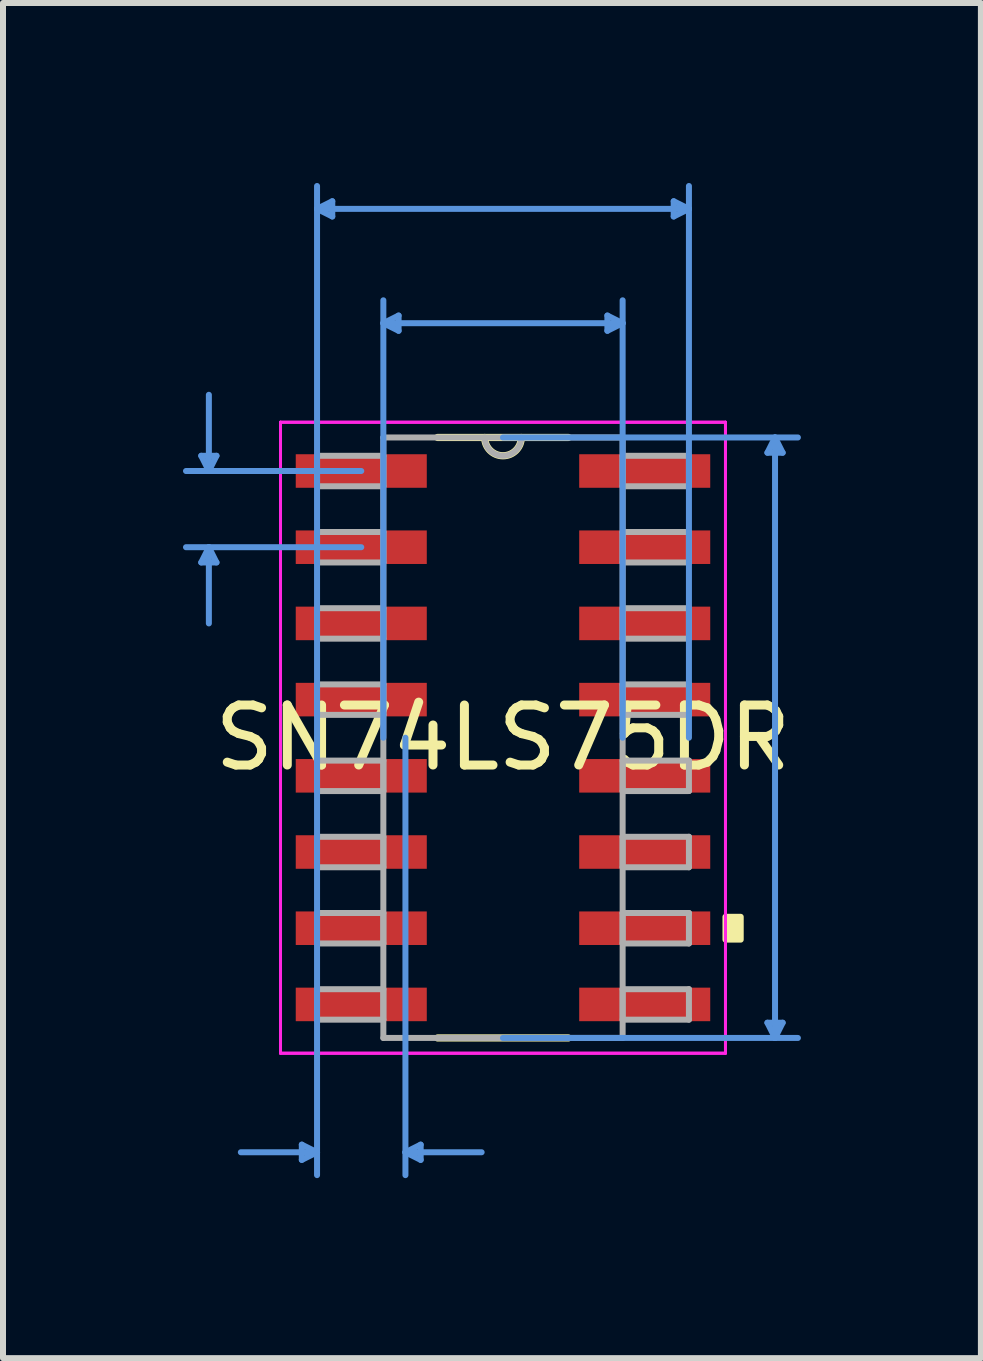
<source format=kicad_pcb>
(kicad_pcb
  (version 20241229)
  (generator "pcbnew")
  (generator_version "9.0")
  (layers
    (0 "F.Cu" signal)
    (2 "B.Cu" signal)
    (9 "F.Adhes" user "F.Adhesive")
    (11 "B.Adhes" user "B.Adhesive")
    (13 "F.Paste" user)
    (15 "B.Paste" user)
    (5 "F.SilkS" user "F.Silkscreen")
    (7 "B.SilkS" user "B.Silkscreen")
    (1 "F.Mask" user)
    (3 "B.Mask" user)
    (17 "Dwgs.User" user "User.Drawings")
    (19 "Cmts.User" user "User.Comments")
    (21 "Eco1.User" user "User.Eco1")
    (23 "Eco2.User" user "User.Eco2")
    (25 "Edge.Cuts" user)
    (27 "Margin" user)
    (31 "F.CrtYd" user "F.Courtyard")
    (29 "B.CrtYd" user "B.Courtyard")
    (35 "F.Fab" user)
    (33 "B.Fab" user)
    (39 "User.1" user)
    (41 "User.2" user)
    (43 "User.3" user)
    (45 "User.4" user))
  (footprint "SN74LS75DR"
    (layer "F.Cu")
    (at 5.333 9.245)
    (property "Reference" "SN74LS75DR" (at 0 0 0) (layer "F.SilkS") (effects (font (size 1 1) (thickness 0.15))))
    (attr through_hole)
    (fp_line (start -1.089 5.004) (end 1.089 5.004) (stroke (width 0.12) (type solid)) (layer "F.SilkS"))
    (fp_line (start 1.089 -5.004) (end -1.089 -5.004) (stroke (width 0.12) (type solid)) (layer "F.SilkS"))
    (fp_arc (start 0.3048 -5.0038) (mid 0 -4.699) (end -0.3048 -5.0038) (stroke (width 0.12) (type solid)) (layer "F.SilkS"))
    (fp_poly (pts (xy 3.962 2.985) (xy 3.962 3.365) (xy 3.708 3.365) (xy 3.708 2.985)) (stroke (width 0.1) (type solid)) (fill yes) (layer "F.SilkS"))
    (fp_line (start -5.029 -4.699) (end -4.775 -4.699) (stroke (width 0.1) (type solid)) (layer "Cmts.User"))
    (fp_line (start -5.029 -2.921) (end -4.775 -2.921) (stroke (width 0.1) (type solid)) (layer "Cmts.User"))
    (fp_line (start -4.902 -4.445) (end -5.029 -4.699) (stroke (width 0.1) (type solid)) (layer "Cmts.User"))
    (fp_line (start -4.902 -4.445) (end -4.902 -5.715) (stroke (width 0.1) (type solid)) (layer "Cmts.User"))
    (fp_line (start -4.902 -4.445) (end -4.775 -4.699) (stroke (width 0.1) (type solid)) (layer "Cmts.User"))
    (fp_line (start -4.902 -3.175) (end -5.029 -2.921) (stroke (width 0.1) (type solid)) (layer "Cmts.User"))
    (fp_line (start -4.902 -3.175) (end -4.902 -1.905) (stroke (width 0.1) (type solid)) (layer "Cmts.User"))
    (fp_line (start -4.902 -3.175) (end -4.775 -2.921) (stroke (width 0.1) (type solid)) (layer "Cmts.User"))
    (fp_line (start -3.353 6.782) (end -3.353 7.036) (stroke (width 0.1) (type solid)) (layer "Cmts.User"))
    (fp_line (start -3.099 -8.814) (end -2.845 -8.941) (stroke (width 0.1) (type solid)) (layer "Cmts.User"))
    (fp_line (start -3.099 -8.814) (end -2.845 -8.687) (stroke (width 0.1) (type solid)) (layer "Cmts.User"))
    (fp_line (start -3.099 -8.814) (end 3.099 -8.814) (stroke (width 0.1) (type solid)) (layer "Cmts.User"))
    (fp_line (start -3.099 0) (end -3.099 -9.195) (stroke (width 0.1) (type solid)) (layer "Cmts.User"))
    (fp_line (start -3.099 0) (end -3.099 7.29) (stroke (width 0.1) (type solid)) (layer "Cmts.User"))
    (fp_line (start -3.099 6.909) (end -4.369 6.909) (stroke (width 0.1) (type solid)) (layer "Cmts.User"))
    (fp_line (start -3.099 6.909) (end -3.353 6.782) (stroke (width 0.1) (type solid)) (layer "Cmts.User"))
    (fp_line (start -3.099 6.909) (end -3.353 7.036) (stroke (width 0.1) (type solid)) (layer "Cmts.User"))
    (fp_line (start -2.845 -8.941) (end -2.845 -8.687) (stroke (width 0.1) (type solid)) (layer "Cmts.User"))
    (fp_line (start -2.362 -4.445) (end -5.283 -4.445) (stroke (width 0.1) (type solid)) (layer "Cmts.User"))
    (fp_line (start -2.362 -3.175) (end -5.283 -3.175) (stroke (width 0.1) (type solid)) (layer "Cmts.User"))
    (fp_line (start -1.994 -6.909) (end -1.74 -7.036) (stroke (width 0.1) (type solid)) (layer "Cmts.User"))
    (fp_line (start -1.994 -6.909) (end -1.74 -6.782) (stroke (width 0.1) (type solid)) (layer "Cmts.User"))
    (fp_line (start -1.994 -6.909) (end 1.994 -6.909) (stroke (width 0.1) (type solid)) (layer "Cmts.User"))
    (fp_line (start -1.994 0) (end -1.994 -7.29) (stroke (width 0.1) (type solid)) (layer "Cmts.User"))
    (fp_line (start -1.74 -7.036) (end -1.74 -6.782) (stroke (width 0.1) (type solid)) (layer "Cmts.User"))
    (fp_line (start -1.626 0) (end -1.626 7.29) (stroke (width 0.1) (type solid)) (layer "Cmts.User"))
    (fp_line (start -1.626 6.909) (end -1.372 6.782) (stroke (width 0.1) (type solid)) (layer "Cmts.User"))
    (fp_line (start -1.626 6.909) (end -1.372 7.036) (stroke (width 0.1) (type solid)) (layer "Cmts.User"))
    (fp_line (start -1.626 6.909) (end -0.356 6.909) (stroke (width 0.1) (type solid)) (layer "Cmts.User"))
    (fp_line (start -1.372 6.782) (end -1.372 7.036) (stroke (width 0.1) (type solid)) (layer "Cmts.User"))
    (fp_line (start 0 -5.004) (end 4.915 -5.004) (stroke (width 0.1) (type solid)) (layer "Cmts.User"))
    (fp_line (start 0 5.004) (end 4.915 5.004) (stroke (width 0.1) (type solid)) (layer "Cmts.User"))
    (fp_line (start 1.74 -7.036) (end 1.74 -6.782) (stroke (width 0.1) (type solid)) (layer "Cmts.User"))
    (fp_line (start 1.994 -6.909) (end 1.74 -7.036) (stroke (width 0.1) (type solid)) (layer "Cmts.User"))
    (fp_line (start 1.994 -6.909) (end 1.74 -6.782) (stroke (width 0.1) (type solid)) (layer "Cmts.User"))
    (fp_line (start 1.994 0) (end 1.994 -7.29) (stroke (width 0.1) (type solid)) (layer "Cmts.User"))
    (fp_line (start 2.845 -8.941) (end 2.845 -8.687) (stroke (width 0.1) (type solid)) (layer "Cmts.User"))
    (fp_line (start 3.099 -8.814) (end 2.845 -8.941) (stroke (width 0.1) (type solid)) (layer "Cmts.User"))
    (fp_line (start 3.099 -8.814) (end 2.845 -8.687) (stroke (width 0.1) (type solid)) (layer "Cmts.User"))
    (fp_line (start 3.099 0) (end 3.099 -9.195) (stroke (width 0.1) (type solid)) (layer "Cmts.User"))
    (fp_line (start 4.407 -4.75) (end 4.661 -4.75) (stroke (width 0.1) (type solid)) (layer "Cmts.User"))
    (fp_line (start 4.407 4.75) (end 4.661 4.75) (stroke (width 0.1) (type solid)) (layer "Cmts.User"))
    (fp_line (start 4.534 -5.004) (end 4.407 -4.75) (stroke (width 0.1) (type solid)) (layer "Cmts.User"))
    (fp_line (start 4.534 -5.004) (end 4.534 5.004) (stroke (width 0.1) (type solid)) (layer "Cmts.User"))
    (fp_line (start 4.534 -5.004) (end 4.661 -4.75) (stroke (width 0.1) (type solid)) (layer "Cmts.User"))
    (fp_line (start 4.534 5.004) (end 4.407 4.75) (stroke (width 0.1) (type solid)) (layer "Cmts.User"))
    (fp_line (start 4.534 5.004) (end 4.661 4.75) (stroke (width 0.1) (type solid)) (layer "Cmts.User"))
    (fp_line (start -3.708 -5.258) (end 3.708 -5.258) (stroke (width 0.05) (type solid)) (layer "F.CrtYd"))
    (fp_line (start -3.708 -5.258) (end 3.708 -5.258) (stroke (width 0.05) (type solid)) (layer "F.CrtYd"))
    (fp_line (start -3.708 5.258) (end -3.708 -5.258) (stroke (width 0.05) (type solid)) (layer "F.CrtYd"))
    (fp_line (start -3.708 5.258) (end -3.708 -5.258) (stroke (width 0.05) (type solid)) (layer "F.CrtYd"))
    (fp_line (start 3.708 -5.258) (end 3.708 5.258) (stroke (width 0.05) (type solid)) (layer "F.CrtYd"))
    (fp_line (start 3.708 -5.258) (end 3.708 5.258) (stroke (width 0.05) (type solid)) (layer "F.CrtYd"))
    (fp_line (start 3.708 5.258) (end -3.708 5.258) (stroke (width 0.05) (type solid)) (layer "F.CrtYd"))
    (fp_line (start 3.708 5.258) (end -3.708 5.258) (stroke (width 0.05) (type solid)) (layer "F.CrtYd"))
    (fp_line (start -3.099 -4.699) (end -3.099 -4.191) (stroke (width 0.1) (type solid)) (layer "F.Fab"))
    (fp_line (start -3.099 -4.191) (end -1.994 -4.191) (stroke (width 0.1) (type solid)) (layer "F.Fab"))
    (fp_line (start -3.099 -3.429) (end -3.099 -2.921) (stroke (width 0.1) (type solid)) (layer "F.Fab"))
    (fp_line (start -3.099 -2.921) (end -1.994 -2.921) (stroke (width 0.1) (type solid)) (layer "F.Fab"))
    (fp_line (start -3.099 -2.159) (end -3.099 -1.651) (stroke (width 0.1) (type solid)) (layer "F.Fab"))
    (fp_line (start -3.099 -1.651) (end -1.994 -1.651) (stroke (width 0.1) (type solid)) (layer "F.Fab"))
    (fp_line (start -3.099 -0.889) (end -3.099 -0.381) (stroke (width 0.1) (type solid)) (layer "F.Fab"))
    (fp_line (start -3.099 -0.381) (end -1.994 -0.381) (stroke (width 0.1) (type solid)) (layer "F.Fab"))
    (fp_line (start -3.099 0.381) (end -3.099 0.889) (stroke (width 0.1) (type solid)) (layer "F.Fab"))
    (fp_line (start -3.099 0.889) (end -1.994 0.889) (stroke (width 0.1) (type solid)) (layer "F.Fab"))
    (fp_line (start -3.099 1.651) (end -3.099 2.159) (stroke (width 0.1) (type solid)) (layer "F.Fab"))
    (fp_line (start -3.099 2.159) (end -1.994 2.159) (stroke (width 0.1) (type solid)) (layer "F.Fab"))
    (fp_line (start -3.099 2.921) (end -3.099 3.429) (stroke (width 0.1) (type solid)) (layer "F.Fab"))
    (fp_line (start -3.099 3.429) (end -1.994 3.429) (stroke (width 0.1) (type solid)) (layer "F.Fab"))
    (fp_line (start -3.099 4.191) (end -3.099 4.699) (stroke (width 0.1) (type solid)) (layer "F.Fab"))
    (fp_line (start -3.099 4.699) (end -1.994 4.699) (stroke (width 0.1) (type solid)) (layer "F.Fab"))
    (fp_line (start -1.994 -5.004) (end -1.994 5.004) (stroke (width 0.1) (type solid)) (layer "F.Fab"))
    (fp_line (start -1.994 -4.699) (end -3.099 -4.699) (stroke (width 0.1) (type solid)) (layer "F.Fab"))
    (fp_line (start -1.994 -4.191) (end -1.994 -4.699) (stroke (width 0.1) (type solid)) (layer "F.Fab"))
    (fp_line (start -1.994 -3.429) (end -3.099 -3.429) (stroke (width 0.1) (type solid)) (layer "F.Fab"))
    (fp_line (start -1.994 -2.921) (end -1.994 -3.429) (stroke (width 0.1) (type solid)) (layer "F.Fab"))
    (fp_line (start -1.994 -2.159) (end -3.099 -2.159) (stroke (width 0.1) (type solid)) (layer "F.Fab"))
    (fp_line (start -1.994 -1.651) (end -1.994 -2.159) (stroke (width 0.1) (type solid)) (layer "F.Fab"))
    (fp_line (start -1.994 -0.889) (end -3.099 -0.889) (stroke (width 0.1) (type solid)) (layer "F.Fab"))
    (fp_line (start -1.994 -0.381) (end -1.994 -0.889) (stroke (width 0.1) (type solid)) (layer "F.Fab"))
    (fp_line (start -1.994 0.381) (end -3.099 0.381) (stroke (width 0.1) (type solid)) (layer "F.Fab"))
    (fp_line (start -1.994 0.889) (end -1.994 0.381) (stroke (width 0.1) (type solid)) (layer "F.Fab"))
    (fp_line (start -1.994 1.651) (end -3.099 1.651) (stroke (width 0.1) (type solid)) (layer "F.Fab"))
    (fp_line (start -1.994 2.159) (end -1.994 1.651) (stroke (width 0.1) (type solid)) (layer "F.Fab"))
    (fp_line (start -1.994 2.921) (end -3.099 2.921) (stroke (width 0.1) (type solid)) (layer "F.Fab"))
    (fp_line (start -1.994 3.429) (end -1.994 2.921) (stroke (width 0.1) (type solid)) (layer "F.Fab"))
    (fp_line (start -1.994 4.191) (end -3.099 4.191) (stroke (width 0.1) (type solid)) (layer "F.Fab"))
    (fp_line (start -1.994 4.699) (end -1.994 4.191) (stroke (width 0.1) (type solid)) (layer "F.Fab"))
    (fp_line (start -1.994 5.004) (end 1.994 5.004) (stroke (width 0.1) (type solid)) (layer "F.Fab"))
    (fp_line (start 1.994 -5.004) (end -1.994 -5.004) (stroke (width 0.1) (type solid)) (layer "F.Fab"))
    (fp_line (start 1.994 -4.699) (end 1.994 -4.191) (stroke (width 0.1) (type solid)) (layer "F.Fab"))
    (fp_line (start 1.994 -4.191) (end 3.099 -4.191) (stroke (width 0.1) (type solid)) (layer "F.Fab"))
    (fp_line (start 1.994 -3.429) (end 1.994 -2.921) (stroke (width 0.1) (type solid)) (layer "F.Fab"))
    (fp_line (start 1.994 -2.921) (end 3.099 -2.921) (stroke (width 0.1) (type solid)) (layer "F.Fab"))
    (fp_line (start 1.994 -2.159) (end 1.994 -1.651) (stroke (width 0.1) (type solid)) (layer "F.Fab"))
    (fp_line (start 1.994 -1.651) (end 3.099 -1.651) (stroke (width 0.1) (type solid)) (layer "F.Fab"))
    (fp_line (start 1.994 -0.889) (end 1.994 -0.381) (stroke (width 0.1) (type solid)) (layer "F.Fab"))
    (fp_line (start 1.994 -0.381) (end 3.099 -0.381) (stroke (width 0.1) (type solid)) (layer "F.Fab"))
    (fp_line (start 1.994 0.381) (end 1.994 0.889) (stroke (width 0.1) (type solid)) (layer "F.Fab"))
    (fp_line (start 1.994 0.889) (end 3.099 0.889) (stroke (width 0.1) (type solid)) (layer "F.Fab"))
    (fp_line (start 1.994 1.651) (end 1.994 2.159) (stroke (width 0.1) (type solid)) (layer "F.Fab"))
    (fp_line (start 1.994 2.159) (end 3.099 2.159) (stroke (width 0.1) (type solid)) (layer "F.Fab"))
    (fp_line (start 1.994 2.921) (end 1.994 3.429) (stroke (width 0.1) (type solid)) (layer "F.Fab"))
    (fp_line (start 1.994 3.429) (end 3.099 3.429) (stroke (width 0.1) (type solid)) (layer "F.Fab"))
    (fp_line (start 1.994 4.191) (end 1.994 4.699) (stroke (width 0.1) (type solid)) (layer "F.Fab"))
    (fp_line (start 1.994 4.699) (end 3.099 4.699) (stroke (width 0.1) (type solid)) (layer "F.Fab"))
    (fp_line (start 1.994 5.004) (end 1.994 -5.004) (stroke (width 0.1) (type solid)) (layer "F.Fab"))
    (fp_line (start 3.099 -4.699) (end 1.994 -4.699) (stroke (width 0.1) (type solid)) (layer "F.Fab"))
    (fp_line (start 3.099 -4.191) (end 3.099 -4.699) (stroke (width 0.1) (type solid)) (layer "F.Fab"))
    (fp_line (start 3.099 -3.429) (end 1.994 -3.429) (stroke (width 0.1) (type solid)) (layer "F.Fab"))
    (fp_line (start 3.099 -2.921) (end 3.099 -3.429) (stroke (width 0.1) (type solid)) (layer "F.Fab"))
    (fp_line (start 3.099 -2.159) (end 1.994 -2.159) (stroke (width 0.1) (type solid)) (layer "F.Fab"))
    (fp_line (start 3.099 -1.651) (end 3.099 -2.159) (stroke (width 0.1) (type solid)) (layer "F.Fab"))
    (fp_line (start 3.099 -0.889) (end 1.994 -0.889) (stroke (width 0.1) (type solid)) (layer "F.Fab"))
    (fp_line (start 3.099 -0.381) (end 3.099 -0.889) (stroke (width 0.1) (type solid)) (layer "F.Fab"))
    (fp_line (start 3.099 0.381) (end 1.994 0.381) (stroke (width 0.1) (type solid)) (layer "F.Fab"))
    (fp_line (start 3.099 0.889) (end 3.099 0.381) (stroke (width 0.1) (type solid)) (layer "F.Fab"))
    (fp_line (start 3.099 1.651) (end 1.994 1.651) (stroke (width 0.1) (type solid)) (layer "F.Fab"))
    (fp_line (start 3.099 2.159) (end 3.099 1.651) (stroke (width 0.1) (type solid)) (layer "F.Fab"))
    (fp_line (start 3.099 2.921) (end 1.994 2.921) (stroke (width 0.1) (type solid)) (layer "F.Fab"))
    (fp_line (start 3.099 3.429) (end 3.099 2.921) (stroke (width 0.1) (type solid)) (layer "F.Fab"))
    (fp_line (start 3.099 4.191) (end 1.994 4.191) (stroke (width 0.1) (type solid)) (layer "F.Fab"))
    (fp_line (start 3.099 4.699) (end 3.099 4.191) (stroke (width 0.1) (type solid)) (layer "F.Fab"))
    (fp_arc (start 0.3048 -5.0038) (mid 0 -4.699) (end -0.3048 -5.0038) (stroke (width 0.1) (type solid)) (layer "F.Fab"))
    (pad "1" smd rect (at -2.362 -4.445) (size 2.184 0.559) (layers "F.Cu" "F.Mask" "F.Paste"))
    (pad "2" smd rect (at -2.362 -3.175) (size 2.184 0.559) (layers "F.Cu" "F.Mask" "F.Paste"))
    (pad "3" smd rect (at -2.362 -1.905) (size 2.184 0.559) (layers "F.Cu" "F.Mask" "F.Paste"))
    (pad "4" smd rect (at -2.362 -0.635) (size 2.184 0.559) (layers "F.Cu" "F.Mask" "F.Paste"))
    (pad "5" smd rect (at -2.362 0.635) (size 2.184 0.559) (layers "F.Cu" "F.Mask" "F.Paste"))
    (pad "6" smd rect (at -2.362 1.905) (size 2.184 0.559) (layers "F.Cu" "F.Mask" "F.Paste"))
    (pad "7" smd rect (at -2.362 3.175) (size 2.184 0.559) (layers "F.Cu" "F.Mask" "F.Paste"))
    (pad "8" smd rect (at -2.362 4.445) (size 2.184 0.559) (layers "F.Cu" "F.Mask" "F.Paste"))
    (pad "9" smd rect (at 2.362 4.445) (size 2.184 0.559) (layers "F.Cu" "F.Mask" "F.Paste"))
    (pad "10" smd rect (at 2.362 3.175) (size 2.184 0.559) (layers "F.Cu" "F.Mask" "F.Paste"))
    (pad "11" smd rect (at 2.362 1.905) (size 2.184 0.559) (layers "F.Cu" "F.Mask" "F.Paste"))
    (pad "12" smd rect (at 2.362 0.635) (size 2.184 0.559) (layers "F.Cu" "F.Mask" "F.Paste"))
    (pad "13" smd rect (at 2.362 -0.635) (size 2.184 0.559) (layers "F.Cu" "F.Mask" "F.Paste"))
    (pad "14" smd rect (at 2.362 -1.905) (size 2.184 0.559) (layers "F.Cu" "F.Mask" "F.Paste"))
    (pad "15" smd rect (at 2.362 -3.175) (size 2.184 0.559) (layers "F.Cu" "F.Mask" "F.Paste"))
    (pad "16" smd rect (at 2.362 -4.445) (size 2.184 0.559) (layers "F.Cu" "F.Mask" "F.Paste")))
  (gr_rect
    (start -3 -3)
    (end 13.298 19.585)
    (stroke (width 0.1) (type default))
    (fill no)
    (layer "Edge.Cuts")))
</source>
